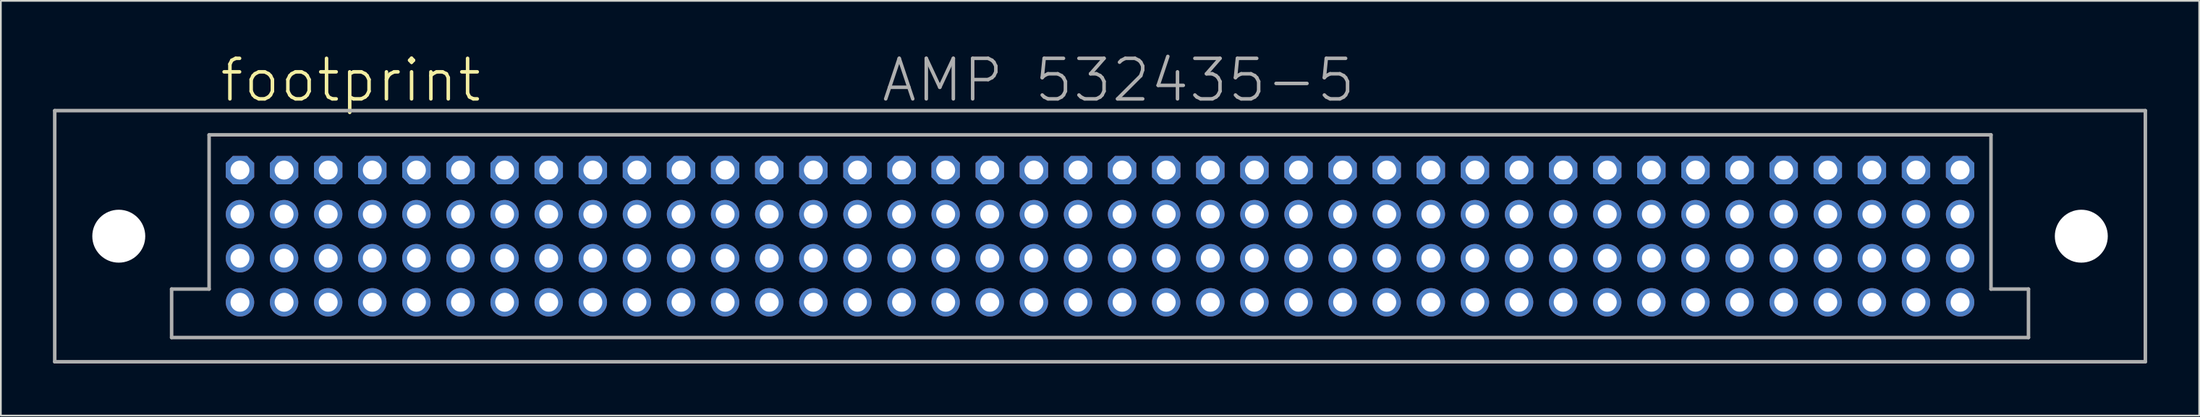
<source format=kicad_pcb>
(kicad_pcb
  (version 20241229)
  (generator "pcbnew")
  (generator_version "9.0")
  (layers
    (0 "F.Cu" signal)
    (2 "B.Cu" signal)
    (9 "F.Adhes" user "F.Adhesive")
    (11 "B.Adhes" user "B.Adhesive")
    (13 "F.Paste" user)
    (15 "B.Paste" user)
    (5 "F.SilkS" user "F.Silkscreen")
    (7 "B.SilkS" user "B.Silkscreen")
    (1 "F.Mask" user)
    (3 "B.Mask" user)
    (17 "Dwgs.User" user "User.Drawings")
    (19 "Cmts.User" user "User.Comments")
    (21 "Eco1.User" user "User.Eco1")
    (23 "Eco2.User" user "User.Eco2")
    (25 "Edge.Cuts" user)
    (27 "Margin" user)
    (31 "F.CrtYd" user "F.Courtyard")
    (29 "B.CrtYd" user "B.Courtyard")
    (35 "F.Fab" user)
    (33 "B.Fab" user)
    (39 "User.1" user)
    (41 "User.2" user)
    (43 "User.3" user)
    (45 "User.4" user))
  (footprint "footprint"
    (layer "F.Cu")
    (at 60.3 10.566)
    (property "Reference" "footprint" (at -50.8 -7.62 0) (layer "F.SilkS") (effects (font (size 2.337 2.337) (thickness 0.203)) (justify left bottom)))
    (fp_line (start -60.198 -7.239) (end 60.198 -7.239) (stroke (width 0.203) (type solid)) (layer "F.Fab"))
    (fp_line (start -60.198 7.239) (end -60.198 -7.239) (stroke (width 0.203) (type solid)) (layer "F.Fab"))
    (fp_line (start -53.467 3.048) (end -51.308 3.048) (stroke (width 0.203) (type solid)) (layer "F.Fab"))
    (fp_line (start -53.467 5.842) (end -53.467 3.048) (stroke (width 0.203) (type solid)) (layer "F.Fab"))
    (fp_line (start -51.308 -5.842) (end 51.308 -5.842) (stroke (width 0.203) (type solid)) (layer "F.Fab"))
    (fp_line (start -51.308 3.048) (end -51.308 -5.842) (stroke (width 0.203) (type solid)) (layer "F.Fab"))
    (fp_line (start 51.308 -5.842) (end 51.308 3.048) (stroke (width 0.203) (type solid)) (layer "F.Fab"))
    (fp_line (start 51.308 3.048) (end 53.467 3.048) (stroke (width 0.203) (type solid)) (layer "F.Fab"))
    (fp_line (start 53.467 3.048) (end 53.467 5.842) (stroke (width 0.203) (type solid)) (layer "F.Fab"))
    (fp_line (start 53.467 5.842) (end -53.467 5.842) (stroke (width 0.203) (type solid)) (layer "F.Fab"))
    (fp_line (start 60.198 -7.239) (end 60.198 7.239) (stroke (width 0.203) (type solid)) (layer "F.Fab"))
    (fp_line (start 60.198 7.239) (end -60.198 7.239) (stroke (width 0.203) (type solid)) (layer "F.Fab"))
    (fp_text user "AMP 532435-5" (at -12.7 -7.62 0) (layer "F.Fab") (effects (font (size 2.337 2.337) (thickness 0.203)) (justify left bottom)))
    (pad "" np_thru_hole circle (at -56.51 0) (size 3.05 3.05) (drill 3.05) (layers "*.Cu" "*.Mask"))
    (pad "" np_thru_hole circle (at 56.51 0) (size 3.05 3.05) (drill 3.05) (layers "*.Cu" "*.Mask"))
    (pad "A1" thru_hole roundrect (at 49.53 -3.81) (size 1.635 1.635) (drill 1.09) (layers "*.Cu" "*.Mask") (roundrect_rratio 0.25) (chamfer_ratio 0.25) (chamfer top_left top_right bottom_left bottom_right))
    (pad "A2" thru_hole roundrect (at 46.99 -3.81) (size 1.635 1.635) (drill 1.09) (layers "*.Cu" "*.Mask") (roundrect_rratio 0.25) (chamfer_ratio 0.25) (chamfer top_left top_right bottom_left bottom_right))
    (pad "A3" thru_hole roundrect (at 44.45 -3.81) (size 1.635 1.635) (drill 1.09) (layers "*.Cu" "*.Mask") (roundrect_rratio 0.25) (chamfer_ratio 0.25) (chamfer top_left top_right bottom_left bottom_right))
    (pad "A4" thru_hole roundrect (at 41.91 -3.81) (size 1.635 1.635) (drill 1.09) (layers "*.Cu" "*.Mask") (roundrect_rratio 0.25) (chamfer_ratio 0.25) (chamfer top_left top_right bottom_left bottom_right))
    (pad "A5" thru_hole roundrect (at 39.37 -3.81) (size 1.635 1.635) (drill 1.09) (layers "*.Cu" "*.Mask") (roundrect_rratio 0.25) (chamfer_ratio 0.25) (chamfer top_left top_right bottom_left bottom_right))
    (pad "A6" thru_hole roundrect (at 36.83 -3.81) (size 1.635 1.635) (drill 1.09) (layers "*.Cu" "*.Mask") (roundrect_rratio 0.25) (chamfer_ratio 0.25) (chamfer top_left top_right bottom_left bottom_right))
    (pad "A7" thru_hole roundrect (at 34.29 -3.81) (size 1.635 1.635) (drill 1.09) (layers "*.Cu" "*.Mask") (roundrect_rratio 0.25) (chamfer_ratio 0.25) (chamfer top_left top_right bottom_left bottom_right))
    (pad "A8" thru_hole roundrect (at 31.75 -3.81) (size 1.635 1.635) (drill 1.09) (layers "*.Cu" "*.Mask") (roundrect_rratio 0.25) (chamfer_ratio 0.25) (chamfer top_left top_right bottom_left bottom_right))
    (pad "A9" thru_hole roundrect (at 29.21 -3.81) (size 1.635 1.635) (drill 1.09) (layers "*.Cu" "*.Mask") (roundrect_rratio 0.25) (chamfer_ratio 0.25) (chamfer top_left top_right bottom_left bottom_right))
    (pad "A10" thru_hole roundrect (at 26.67 -3.81) (size 1.635 1.635) (drill 1.09) (layers "*.Cu" "*.Mask") (roundrect_rratio 0.25) (chamfer_ratio 0.25) (chamfer top_left top_right bottom_left bottom_right))
    (pad "A11" thru_hole roundrect (at 24.13 -3.81) (size 1.635 1.635) (drill 1.09) (layers "*.Cu" "*.Mask") (roundrect_rratio 0.25) (chamfer_ratio 0.25) (chamfer top_left top_right bottom_left bottom_right))
    (pad "A12" thru_hole roundrect (at 21.59 -3.81) (size 1.635 1.635) (drill 1.09) (layers "*.Cu" "*.Mask") (roundrect_rratio 0.25) (chamfer_ratio 0.25) (chamfer top_left top_right bottom_left bottom_right))
    (pad "A13" thru_hole roundrect (at 19.05 -3.81) (size 1.635 1.635) (drill 1.09) (layers "*.Cu" "*.Mask") (roundrect_rratio 0.25) (chamfer_ratio 0.25) (chamfer top_left top_right bottom_left bottom_right))
    (pad "A14" thru_hole roundrect (at 16.51 -3.81) (size 1.635 1.635) (drill 1.09) (layers "*.Cu" "*.Mask") (roundrect_rratio 0.25) (chamfer_ratio 0.25) (chamfer top_left top_right bottom_left bottom_right))
    (pad "A15" thru_hole roundrect (at 13.97 -3.81) (size 1.635 1.635) (drill 1.09) (layers "*.Cu" "*.Mask") (roundrect_rratio 0.25) (chamfer_ratio 0.25) (chamfer top_left top_right bottom_left bottom_right))
    (pad "A16" thru_hole roundrect (at 11.43 -3.81) (size 1.635 1.635) (drill 1.09) (layers "*.Cu" "*.Mask") (roundrect_rratio 0.25) (chamfer_ratio 0.25) (chamfer top_left top_right bottom_left bottom_right))
    (pad "A17" thru_hole roundrect (at 8.89 -3.81) (size 1.635 1.635) (drill 1.09) (layers "*.Cu" "*.Mask") (roundrect_rratio 0.25) (chamfer_ratio 0.25) (chamfer top_left top_right bottom_left bottom_right))
    (pad "A18" thru_hole roundrect (at 6.35 -3.81) (size 1.635 1.635) (drill 1.09) (layers "*.Cu" "*.Mask") (roundrect_rratio 0.25) (chamfer_ratio 0.25) (chamfer top_left top_right bottom_left bottom_right))
    (pad "A19" thru_hole roundrect (at 3.81 -3.81) (size 1.635 1.635) (drill 1.09) (layers "*.Cu" "*.Mask") (roundrect_rratio 0.25) (chamfer_ratio 0.25) (chamfer top_left top_right bottom_left bottom_right))
    (pad "A20" thru_hole roundrect (at 1.27 -3.81) (size 1.635 1.635) (drill 1.09) (layers "*.Cu" "*.Mask") (roundrect_rratio 0.25) (chamfer_ratio 0.25) (chamfer top_left top_right bottom_left bottom_right))
    (pad "A21" thru_hole roundrect (at -1.27 -3.81) (size 1.635 1.635) (drill 1.09) (layers "*.Cu" "*.Mask") (roundrect_rratio 0.25) (chamfer_ratio 0.25) (chamfer top_left top_right bottom_left bottom_right))
    (pad "A22" thru_hole roundrect (at -3.81 -3.81) (size 1.635 1.635) (drill 1.09) (layers "*.Cu" "*.Mask") (roundrect_rratio 0.25) (chamfer_ratio 0.25) (chamfer top_left top_right bottom_left bottom_right))
    (pad "A23" thru_hole roundrect (at -6.35 -3.81) (size 1.635 1.635) (drill 1.09) (layers "*.Cu" "*.Mask") (roundrect_rratio 0.25) (chamfer_ratio 0.25) (chamfer top_left top_right bottom_left bottom_right))
    (pad "A24" thru_hole roundrect (at -8.89 -3.81) (size 1.635 1.635) (drill 1.09) (layers "*.Cu" "*.Mask") (roundrect_rratio 0.25) (chamfer_ratio 0.25) (chamfer top_left top_right bottom_left bottom_right))
    (pad "A25" thru_hole roundrect (at -11.43 -3.81) (size 1.635 1.635) (drill 1.09) (layers "*.Cu" "*.Mask") (roundrect_rratio 0.25) (chamfer_ratio 0.25) (chamfer top_left top_right bottom_left bottom_right))
    (pad "A26" thru_hole roundrect (at -13.97 -3.81) (size 1.635 1.635) (drill 1.09) (layers "*.Cu" "*.Mask") (roundrect_rratio 0.25) (chamfer_ratio 0.25) (chamfer top_left top_right bottom_left bottom_right))
    (pad "A27" thru_hole roundrect (at -16.51 -3.81) (size 1.635 1.635) (drill 1.09) (layers "*.Cu" "*.Mask") (roundrect_rratio 0.25) (chamfer_ratio 0.25) (chamfer top_left top_right bottom_left bottom_right))
    (pad "A28" thru_hole roundrect (at -19.05 -3.81) (size 1.635 1.635) (drill 1.09) (layers "*.Cu" "*.Mask") (roundrect_rratio 0.25) (chamfer_ratio 0.25) (chamfer top_left top_right bottom_left bottom_right))
    (pad "A29" thru_hole roundrect (at -21.59 -3.81) (size 1.635 1.635) (drill 1.09) (layers "*.Cu" "*.Mask") (roundrect_rratio 0.25) (chamfer_ratio 0.25) (chamfer top_left top_right bottom_left bottom_right))
    (pad "A30" thru_hole roundrect (at -24.13 -3.81) (size 1.635 1.635) (drill 1.09) (layers "*.Cu" "*.Mask") (roundrect_rratio 0.25) (chamfer_ratio 0.25) (chamfer top_left top_right bottom_left bottom_right))
    (pad "A31" thru_hole roundrect (at -26.67 -3.81) (size 1.635 1.635) (drill 1.09) (layers "*.Cu" "*.Mask") (roundrect_rratio 0.25) (chamfer_ratio 0.25) (chamfer top_left top_right bottom_left bottom_right))
    (pad "A32" thru_hole roundrect (at -29.21 -3.81) (size 1.635 1.635) (drill 1.09) (layers "*.Cu" "*.Mask") (roundrect_rratio 0.25) (chamfer_ratio 0.25) (chamfer top_left top_right bottom_left bottom_right))
    (pad "A33" thru_hole roundrect (at -31.75 -3.81) (size 1.635 1.635) (drill 1.09) (layers "*.Cu" "*.Mask") (roundrect_rratio 0.25) (chamfer_ratio 0.25) (chamfer top_left top_right bottom_left bottom_right))
    (pad "A34" thru_hole roundrect (at -34.29 -3.81) (size 1.635 1.635) (drill 1.09) (layers "*.Cu" "*.Mask") (roundrect_rratio 0.25) (chamfer_ratio 0.25) (chamfer top_left top_right bottom_left bottom_right))
    (pad "A35" thru_hole roundrect (at -36.83 -3.81) (size 1.635 1.635) (drill 1.09) (layers "*.Cu" "*.Mask") (roundrect_rratio 0.25) (chamfer_ratio 0.25) (chamfer top_left top_right bottom_left bottom_right))
    (pad "A36" thru_hole roundrect (at -39.37 -3.81) (size 1.635 1.635) (drill 1.09) (layers "*.Cu" "*.Mask") (roundrect_rratio 0.25) (chamfer_ratio 0.25) (chamfer top_left top_right bottom_left bottom_right))
    (pad "A37" thru_hole roundrect (at -41.91 -3.81) (size 1.635 1.635) (drill 1.09) (layers "*.Cu" "*.Mask") (roundrect_rratio 0.25) (chamfer_ratio 0.25) (chamfer top_left top_right bottom_left bottom_right))
    (pad "A38" thru_hole roundrect (at -44.45 -3.81) (size 1.635 1.635) (drill 1.09) (layers "*.Cu" "*.Mask") (roundrect_rratio 0.25) (chamfer_ratio 0.25) (chamfer top_left top_right bottom_left bottom_right))
    (pad "A39" thru_hole roundrect (at -46.99 -3.81) (size 1.635 1.635) (drill 1.09) (layers "*.Cu" "*.Mask") (roundrect_rratio 0.25) (chamfer_ratio 0.25) (chamfer top_left top_right bottom_left bottom_right))
    (pad "A40" thru_hole roundrect (at -49.53 -3.81) (size 1.635 1.635) (drill 1.09) (layers "*.Cu" "*.Mask") (roundrect_rratio 0.25) (chamfer_ratio 0.25) (chamfer top_left top_right bottom_left bottom_right))
    (pad "B1" thru_hole circle (at 49.53 -1.27) (size 1.635 1.635) (drill 1.09) (layers "*.Cu" "*.Mask"))
    (pad "B2" thru_hole circle (at 46.99 -1.27) (size 1.635 1.635) (drill 1.09) (layers "*.Cu" "*.Mask"))
    (pad "B3" thru_hole circle (at 44.45 -1.27) (size 1.635 1.635) (drill 1.09) (layers "*.Cu" "*.Mask"))
    (pad "B4" thru_hole circle (at 41.91 -1.27) (size 1.635 1.635) (drill 1.09) (layers "*.Cu" "*.Mask"))
    (pad "B5" thru_hole circle (at 39.37 -1.27) (size 1.635 1.635) (drill 1.09) (layers "*.Cu" "*.Mask"))
    (pad "B6" thru_hole circle (at 36.83 -1.27) (size 1.635 1.635) (drill 1.09) (layers "*.Cu" "*.Mask"))
    (pad "B7" thru_hole circle (at 34.29 -1.27) (size 1.635 1.635) (drill 1.09) (layers "*.Cu" "*.Mask"))
    (pad "B8" thru_hole circle (at 31.75 -1.27) (size 1.635 1.635) (drill 1.09) (layers "*.Cu" "*.Mask"))
    (pad "B9" thru_hole circle (at 29.21 -1.27) (size 1.635 1.635) (drill 1.09) (layers "*.Cu" "*.Mask"))
    (pad "B10" thru_hole circle (at 26.67 -1.27) (size 1.635 1.635) (drill 1.09) (layers "*.Cu" "*.Mask"))
    (pad "B11" thru_hole circle (at 24.13 -1.27) (size 1.635 1.635) (drill 1.09) (layers "*.Cu" "*.Mask"))
    (pad "B12" thru_hole circle (at 21.59 -1.27) (size 1.635 1.635) (drill 1.09) (layers "*.Cu" "*.Mask"))
    (pad "B13" thru_hole circle (at 19.05 -1.27) (size 1.635 1.635) (drill 1.09) (layers "*.Cu" "*.Mask"))
    (pad "B14" thru_hole circle (at 16.51 -1.27) (size 1.635 1.635) (drill 1.09) (layers "*.Cu" "*.Mask"))
    (pad "B15" thru_hole circle (at 13.97 -1.27) (size 1.635 1.635) (drill 1.09) (layers "*.Cu" "*.Mask"))
    (pad "B16" thru_hole circle (at 11.43 -1.27) (size 1.635 1.635) (drill 1.09) (layers "*.Cu" "*.Mask"))
    (pad "B17" thru_hole circle (at 8.89 -1.27) (size 1.635 1.635) (drill 1.09) (layers "*.Cu" "*.Mask"))
    (pad "B18" thru_hole circle (at 6.35 -1.27) (size 1.635 1.635) (drill 1.09) (layers "*.Cu" "*.Mask"))
    (pad "B19" thru_hole circle (at 3.81 -1.27) (size 1.635 1.635) (drill 1.09) (layers "*.Cu" "*.Mask"))
    (pad "B20" thru_hole circle (at 1.27 -1.27) (size 1.635 1.635) (drill 1.09) (layers "*.Cu" "*.Mask"))
    (pad "B21" thru_hole circle (at -1.27 -1.27) (size 1.635 1.635) (drill 1.09) (layers "*.Cu" "*.Mask"))
    (pad "B22" thru_hole circle (at -3.81 -1.27) (size 1.635 1.635) (drill 1.09) (layers "*.Cu" "*.Mask"))
    (pad "B23" thru_hole circle (at -6.35 -1.27) (size 1.635 1.635) (drill 1.09) (layers "*.Cu" "*.Mask"))
    (pad "B24" thru_hole circle (at -8.89 -1.27) (size 1.635 1.635) (drill 1.09) (layers "*.Cu" "*.Mask"))
    (pad "B25" thru_hole circle (at -11.43 -1.27) (size 1.635 1.635) (drill 1.09) (layers "*.Cu" "*.Mask"))
    (pad "B26" thru_hole circle (at -13.97 -1.27) (size 1.635 1.635) (drill 1.09) (layers "*.Cu" "*.Mask"))
    (pad "B27" thru_hole circle (at -16.51 -1.27) (size 1.635 1.635) (drill 1.09) (layers "*.Cu" "*.Mask"))
    (pad "B28" thru_hole circle (at -19.05 -1.27) (size 1.635 1.635) (drill 1.09) (layers "*.Cu" "*.Mask"))
    (pad "B29" thru_hole circle (at -21.59 -1.27) (size 1.635 1.635) (drill 1.09) (layers "*.Cu" "*.Mask"))
    (pad "B30" thru_hole circle (at -24.13 -1.27) (size 1.635 1.635) (drill 1.09) (layers "*.Cu" "*.Mask"))
    (pad "B31" thru_hole circle (at -26.67 -1.27) (size 1.635 1.635) (drill 1.09) (layers "*.Cu" "*.Mask"))
    (pad "B32" thru_hole circle (at -29.21 -1.27) (size 1.635 1.635) (drill 1.09) (layers "*.Cu" "*.Mask"))
    (pad "B33" thru_hole circle (at -31.75 -1.27) (size 1.635 1.635) (drill 1.09) (layers "*.Cu" "*.Mask"))
    (pad "B34" thru_hole circle (at -34.29 -1.27) (size 1.635 1.635) (drill 1.09) (layers "*.Cu" "*.Mask"))
    (pad "B35" thru_hole circle (at -36.83 -1.27) (size 1.635 1.635) (drill 1.09) (layers "*.Cu" "*.Mask"))
    (pad "B36" thru_hole circle (at -39.37 -1.27) (size 1.635 1.635) (drill 1.09) (layers "*.Cu" "*.Mask"))
    (pad "B37" thru_hole circle (at -41.91 -1.27) (size 1.635 1.635) (drill 1.09) (layers "*.Cu" "*.Mask"))
    (pad "B38" thru_hole circle (at -44.45 -1.27) (size 1.635 1.635) (drill 1.09) (layers "*.Cu" "*.Mask"))
    (pad "B39" thru_hole circle (at -46.99 -1.27) (size 1.635 1.635) (drill 1.09) (layers "*.Cu" "*.Mask"))
    (pad "B40" thru_hole circle (at -49.53 -1.27) (size 1.635 1.635) (drill 1.09) (layers "*.Cu" "*.Mask"))
    (pad "C1" thru_hole circle (at 49.53 1.27) (size 1.635 1.635) (drill 1.09) (layers "*.Cu" "*.Mask"))
    (pad "C2" thru_hole circle (at 46.99 1.27) (size 1.635 1.635) (drill 1.09) (layers "*.Cu" "*.Mask"))
    (pad "C3" thru_hole circle (at 44.45 1.27) (size 1.635 1.635) (drill 1.09) (layers "*.Cu" "*.Mask"))
    (pad "C4" thru_hole circle (at 41.91 1.27) (size 1.635 1.635) (drill 1.09) (layers "*.Cu" "*.Mask"))
    (pad "C5" thru_hole circle (at 39.37 1.27) (size 1.635 1.635) (drill 1.09) (layers "*.Cu" "*.Mask"))
    (pad "C6" thru_hole circle (at 36.83 1.27) (size 1.635 1.635) (drill 1.09) (layers "*.Cu" "*.Mask"))
    (pad "C7" thru_hole circle (at 34.29 1.27) (size 1.635 1.635) (drill 1.09) (layers "*.Cu" "*.Mask"))
    (pad "C8" thru_hole circle (at 31.75 1.27) (size 1.635 1.635) (drill 1.09) (layers "*.Cu" "*.Mask"))
    (pad "C9" thru_hole circle (at 29.21 1.27) (size 1.635 1.635) (drill 1.09) (layers "*.Cu" "*.Mask"))
    (pad "C10" thru_hole circle (at 26.67 1.27) (size 1.635 1.635) (drill 1.09) (layers "*.Cu" "*.Mask"))
    (pad "C11" thru_hole circle (at 24.13 1.27) (size 1.635 1.635) (drill 1.09) (layers "*.Cu" "*.Mask"))
    (pad "C12" thru_hole circle (at 21.59 1.27) (size 1.635 1.635) (drill 1.09) (layers "*.Cu" "*.Mask"))
    (pad "C13" thru_hole circle (at 19.05 1.27) (size 1.635 1.635) (drill 1.09) (layers "*.Cu" "*.Mask"))
    (pad "C14" thru_hole circle (at 16.51 1.27) (size 1.635 1.635) (drill 1.09) (layers "*.Cu" "*.Mask"))
    (pad "C15" thru_hole circle (at 13.97 1.27) (size 1.635 1.635) (drill 1.09) (layers "*.Cu" "*.Mask"))
    (pad "C16" thru_hole circle (at 11.43 1.27) (size 1.635 1.635) (drill 1.09) (layers "*.Cu" "*.Mask"))
    (pad "C17" thru_hole circle (at 8.89 1.27) (size 1.635 1.635) (drill 1.09) (layers "*.Cu" "*.Mask"))
    (pad "C18" thru_hole circle (at 6.35 1.27) (size 1.635 1.635) (drill 1.09) (layers "*.Cu" "*.Mask"))
    (pad "C19" thru_hole circle (at 3.81 1.27) (size 1.635 1.635) (drill 1.09) (layers "*.Cu" "*.Mask"))
    (pad "C20" thru_hole circle (at 1.27 1.27) (size 1.635 1.635) (drill 1.09) (layers "*.Cu" "*.Mask"))
    (pad "C21" thru_hole circle (at -1.27 1.27) (size 1.635 1.635) (drill 1.09) (layers "*.Cu" "*.Mask"))
    (pad "C22" thru_hole circle (at -3.81 1.27) (size 1.635 1.635) (drill 1.09) (layers "*.Cu" "*.Mask"))
    (pad "C23" thru_hole circle (at -6.35 1.27) (size 1.635 1.635) (drill 1.09) (layers "*.Cu" "*.Mask"))
    (pad "C24" thru_hole circle (at -8.89 1.27) (size 1.635 1.635) (drill 1.09) (layers "*.Cu" "*.Mask"))
    (pad "C25" thru_hole circle (at -11.43 1.27) (size 1.635 1.635) (drill 1.09) (layers "*.Cu" "*.Mask"))
    (pad "C26" thru_hole circle (at -13.97 1.27) (size 1.635 1.635) (drill 1.09) (layers "*.Cu" "*.Mask"))
    (pad "C27" thru_hole circle (at -16.51 1.27) (size 1.635 1.635) (drill 1.09) (layers "*.Cu" "*.Mask"))
    (pad "C28" thru_hole circle (at -19.05 1.27) (size 1.635 1.635) (drill 1.09) (layers "*.Cu" "*.Mask"))
    (pad "C29" thru_hole circle (at -21.59 1.27) (size 1.635 1.635) (drill 1.09) (layers "*.Cu" "*.Mask"))
    (pad "C30" thru_hole circle (at -24.13 1.27) (size 1.635 1.635) (drill 1.09) (layers "*.Cu" "*.Mask"))
    (pad "C31" thru_hole circle (at -26.67 1.27) (size 1.635 1.635) (drill 1.09) (layers "*.Cu" "*.Mask"))
    (pad "C32" thru_hole circle (at -29.21 1.27) (size 1.635 1.635) (drill 1.09) (layers "*.Cu" "*.Mask"))
    (pad "C33" thru_hole circle (at -31.75 1.27) (size 1.635 1.635) (drill 1.09) (layers "*.Cu" "*.Mask"))
    (pad "C34" thru_hole circle (at -34.29 1.27) (size 1.635 1.635) (drill 1.09) (layers "*.Cu" "*.Mask"))
    (pad "C35" thru_hole circle (at -36.83 1.27) (size 1.635 1.635) (drill 1.09) (layers "*.Cu" "*.Mask"))
    (pad "C36" thru_hole circle (at -39.37 1.27) (size 1.635 1.635) (drill 1.09) (layers "*.Cu" "*.Mask"))
    (pad "C37" thru_hole circle (at -41.91 1.27) (size 1.635 1.635) (drill 1.09) (layers "*.Cu" "*.Mask"))
    (pad "C38" thru_hole circle (at -44.45 1.27) (size 1.635 1.635) (drill 1.09) (layers "*.Cu" "*.Mask"))
    (pad "C39" thru_hole circle (at -46.99 1.27) (size 1.635 1.635) (drill 1.09) (layers "*.Cu" "*.Mask"))
    (pad "C40" thru_hole circle (at -49.53 1.27) (size 1.635 1.635) (drill 1.09) (layers "*.Cu" "*.Mask"))
    (pad "D1" thru_hole circle (at 49.53 3.81) (size 1.635 1.635) (drill 1.09) (layers "*.Cu" "*.Mask"))
    (pad "D2" thru_hole circle (at 46.99 3.81) (size 1.635 1.635) (drill 1.09) (layers "*.Cu" "*.Mask"))
    (pad "D3" thru_hole circle (at 44.45 3.81) (size 1.635 1.635) (drill 1.09) (layers "*.Cu" "*.Mask"))
    (pad "D4" thru_hole circle (at 41.91 3.81) (size 1.635 1.635) (drill 1.09) (layers "*.Cu" "*.Mask"))
    (pad "D5" thru_hole circle (at 39.37 3.81) (size 1.635 1.635) (drill 1.09) (layers "*.Cu" "*.Mask"))
    (pad "D6" thru_hole circle (at 36.83 3.81) (size 1.635 1.635) (drill 1.09) (layers "*.Cu" "*.Mask"))
    (pad "D7" thru_hole circle (at 34.29 3.81) (size 1.635 1.635) (drill 1.09) (layers "*.Cu" "*.Mask"))
    (pad "D8" thru_hole circle (at 31.75 3.81) (size 1.635 1.635) (drill 1.09) (layers "*.Cu" "*.Mask"))
    (pad "D9" thru_hole circle (at 29.21 3.81) (size 1.635 1.635) (drill 1.09) (layers "*.Cu" "*.Mask"))
    (pad "D10" thru_hole circle (at 26.67 3.81) (size 1.635 1.635) (drill 1.09) (layers "*.Cu" "*.Mask"))
    (pad "D11" thru_hole circle (at 24.13 3.81) (size 1.635 1.635) (drill 1.09) (layers "*.Cu" "*.Mask"))
    (pad "D12" thru_hole circle (at 21.59 3.81) (size 1.635 1.635) (drill 1.09) (layers "*.Cu" "*.Mask"))
    (pad "D13" thru_hole circle (at 19.05 3.81) (size 1.635 1.635) (drill 1.09) (layers "*.Cu" "*.Mask"))
    (pad "D14" thru_hole circle (at 16.51 3.81) (size 1.635 1.635) (drill 1.09) (layers "*.Cu" "*.Mask"))
    (pad "D15" thru_hole circle (at 13.97 3.81) (size 1.635 1.635) (drill 1.09) (layers "*.Cu" "*.Mask"))
    (pad "D16" thru_hole circle (at 11.43 3.81) (size 1.635 1.635) (drill 1.09) (layers "*.Cu" "*.Mask"))
    (pad "D17" thru_hole circle (at 8.89 3.81) (size 1.635 1.635) (drill 1.09) (layers "*.Cu" "*.Mask"))
    (pad "D18" thru_hole circle (at 6.35 3.81) (size 1.635 1.635) (drill 1.09) (layers "*.Cu" "*.Mask"))
    (pad "D19" thru_hole circle (at 3.81 3.81) (size 1.635 1.635) (drill 1.09) (layers "*.Cu" "*.Mask"))
    (pad "D20" thru_hole circle (at 1.27 3.81) (size 1.635 1.635) (drill 1.09) (layers "*.Cu" "*.Mask"))
    (pad "D21" thru_hole circle (at -1.27 3.81) (size 1.635 1.635) (drill 1.09) (layers "*.Cu" "*.Mask"))
    (pad "D22" thru_hole circle (at -3.81 3.81) (size 1.635 1.635) (drill 1.09) (layers "*.Cu" "*.Mask"))
    (pad "D23" thru_hole circle (at -6.35 3.81) (size 1.635 1.635) (drill 1.09) (layers "*.Cu" "*.Mask"))
    (pad "D24" thru_hole circle (at -8.89 3.81) (size 1.635 1.635) (drill 1.09) (layers "*.Cu" "*.Mask"))
    (pad "D25" thru_hole circle (at -11.43 3.81) (size 1.635 1.635) (drill 1.09) (layers "*.Cu" "*.Mask"))
    (pad "D26" thru_hole circle (at -13.97 3.81) (size 1.635 1.635) (drill 1.09) (layers "*.Cu" "*.Mask"))
    (pad "D27" thru_hole circle (at -16.51 3.81) (size 1.635 1.635) (drill 1.09) (layers "*.Cu" "*.Mask"))
    (pad "D28" thru_hole circle (at -19.05 3.81) (size 1.635 1.635) (drill 1.09) (layers "*.Cu" "*.Mask"))
    (pad "D29" thru_hole circle (at -21.59 3.81) (size 1.635 1.635) (drill 1.09) (layers "*.Cu" "*.Mask"))
    (pad "D30" thru_hole circle (at -24.13 3.81) (size 1.635 1.635) (drill 1.09) (layers "*.Cu" "*.Mask"))
    (pad "D31" thru_hole circle (at -26.67 3.81) (size 1.635 1.635) (drill 1.09) (layers "*.Cu" "*.Mask"))
    (pad "D32" thru_hole circle (at -29.21 3.81) (size 1.635 1.635) (drill 1.09) (layers "*.Cu" "*.Mask"))
    (pad "D33" thru_hole circle (at -31.75 3.81) (size 1.635 1.635) (drill 1.09) (layers "*.Cu" "*.Mask"))
    (pad "D34" thru_hole circle (at -34.29 3.81) (size 1.635 1.635) (drill 1.09) (layers "*.Cu" "*.Mask"))
    (pad "D35" thru_hole circle (at -36.83 3.81) (size 1.635 1.635) (drill 1.09) (layers "*.Cu" "*.Mask"))
    (pad "D36" thru_hole circle (at -39.37 3.81) (size 1.635 1.635) (drill 1.09) (layers "*.Cu" "*.Mask"))
    (pad "D37" thru_hole circle (at -41.91 3.81) (size 1.635 1.635) (drill 1.09) (layers "*.Cu" "*.Mask"))
    (pad "D38" thru_hole circle (at -44.45 3.81) (size 1.635 1.635) (drill 1.09) (layers "*.Cu" "*.Mask"))
    (pad "D39" thru_hole circle (at -46.99 3.81) (size 1.635 1.635) (drill 1.09) (layers "*.Cu" "*.Mask"))
    (pad "D40" thru_hole circle (at -49.53 3.81) (size 1.635 1.635) (drill 1.09) (layers "*.Cu" "*.Mask")))
  (gr_rect
    (start -3 -3)
    (end 123.599 20.907)
    (stroke (width 0.1) (type default))
    (fill no)
    (layer "Edge.Cuts")))
</source>
